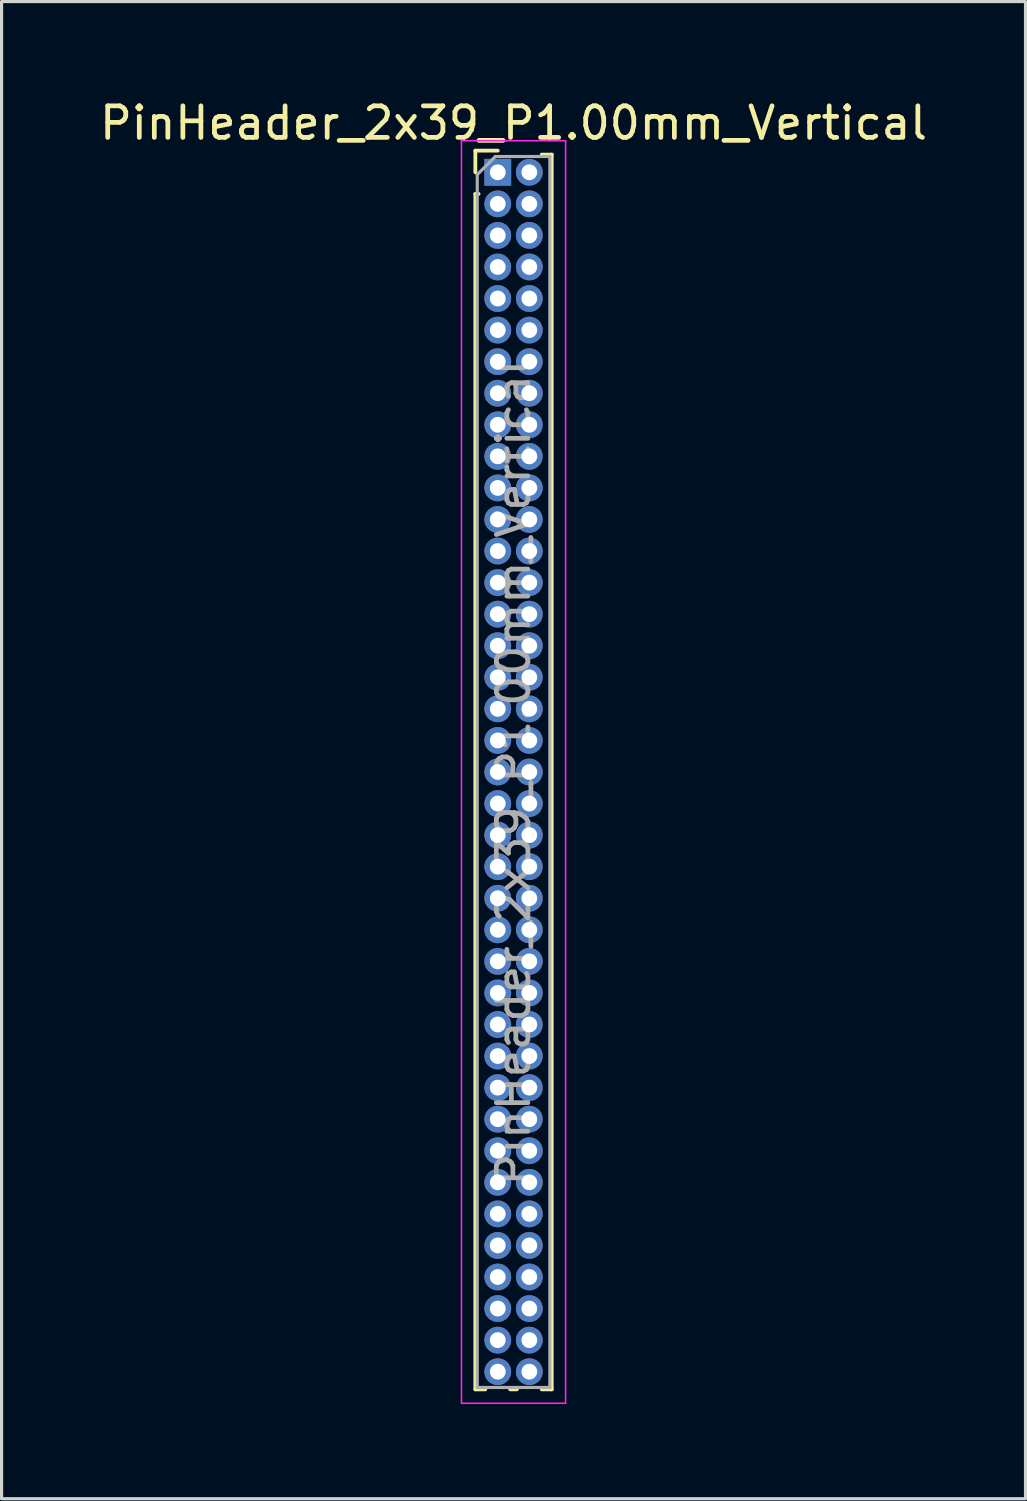
<source format=kicad_pcb>
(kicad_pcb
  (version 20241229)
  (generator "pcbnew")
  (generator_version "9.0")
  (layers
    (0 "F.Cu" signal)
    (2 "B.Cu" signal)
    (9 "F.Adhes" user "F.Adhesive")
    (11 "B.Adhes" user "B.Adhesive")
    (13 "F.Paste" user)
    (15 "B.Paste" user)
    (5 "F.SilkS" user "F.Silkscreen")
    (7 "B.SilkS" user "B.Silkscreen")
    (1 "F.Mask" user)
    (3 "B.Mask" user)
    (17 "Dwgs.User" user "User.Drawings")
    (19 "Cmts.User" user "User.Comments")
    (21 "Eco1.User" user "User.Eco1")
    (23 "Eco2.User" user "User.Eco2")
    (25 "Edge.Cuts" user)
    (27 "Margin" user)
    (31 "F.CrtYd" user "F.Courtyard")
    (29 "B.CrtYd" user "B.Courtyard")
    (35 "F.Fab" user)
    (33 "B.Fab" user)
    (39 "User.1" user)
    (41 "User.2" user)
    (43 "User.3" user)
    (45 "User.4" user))
  (footprint "PinHeader_2x39_P1.00mm_Vertical"
    (layer "F.Cu")
    (at 12.72 2.408)
    (property "Reference" "PinHeader_2x39_P1.00mm_Vertical" (at 0.5 -1.56 0) (layer "F.SilkS") (effects (font (size 1 1) (thickness 0.15))))
    (attr through_hole)
    (fp_line (start -0.71 -0.685) (end 0 -0.685) (stroke (width 0.12) (type solid)) (layer "F.SilkS"))
    (fp_line (start -0.71 0) (end -0.71 -0.685) (stroke (width 0.12) (type solid)) (layer "F.SilkS"))
    (fp_line (start -0.71 0.685) (end -0.71 38.56) (stroke (width 0.12) (type solid)) (layer "F.SilkS"))
    (fp_line (start -0.71 0.685) (end -0.608 0.685) (stroke (width 0.12) (type solid)) (layer "F.SilkS"))
    (fp_line (start -0.71 38.56) (end -0.394 38.56) (stroke (width 0.12) (type solid)) (layer "F.SilkS"))
    (fp_line (start 0.394 38.56) (end 0.606 38.56) (stroke (width 0.12) (type solid)) (layer "F.SilkS"))
    (fp_line (start 1.394 -0.56) (end 1.71 -0.56) (stroke (width 0.12) (type solid)) (layer "F.SilkS"))
    (fp_line (start 1.394 38.56) (end 1.71 38.56) (stroke (width 0.12) (type solid)) (layer "F.SilkS"))
    (fp_line (start 1.71 -0.56) (end 1.71 38.56) (stroke (width 0.12) (type solid)) (layer "F.SilkS"))
    (fp_line (start -1.15 -1) (end -1.15 39) (stroke (width 0.05) (type solid)) (layer "F.CrtYd"))
    (fp_line (start -1.15 39) (end 2.15 39) (stroke (width 0.05) (type solid)) (layer "F.CrtYd"))
    (fp_line (start 2.15 -1) (end -1.15 -1) (stroke (width 0.05) (type solid)) (layer "F.CrtYd"))
    (fp_line (start 2.15 39) (end 2.15 -1) (stroke (width 0.05) (type solid)) (layer "F.CrtYd"))
    (fp_line (start -0.65 0.075) (end -0.075 -0.5) (stroke (width 0.1) (type solid)) (layer "F.Fab"))
    (fp_line (start -0.65 38.5) (end -0.65 0.075) (stroke (width 0.1) (type solid)) (layer "F.Fab"))
    (fp_line (start -0.075 -0.5) (end 1.65 -0.5) (stroke (width 0.1) (type solid)) (layer "F.Fab"))
    (fp_line (start 1.65 -0.5) (end 1.65 38.5) (stroke (width 0.1) (type solid)) (layer "F.Fab"))
    (fp_line (start 1.65 38.5) (end -0.65 38.5) (stroke (width 0.1) (type solid)) (layer "F.Fab"))
    (fp_text user "${REFERENCE}" (at 0.5 19 90) (layer "F.Fab") (effects (font (size 1 1) (thickness 0.15))))
    (pad "1" thru_hole rect (at 0 0) (size 0.85 0.85) (drill 0.5) (layers "*.Cu" "*.Mask"))
    (pad "2" thru_hole oval (at 1 0) (size 0.85 0.85) (drill 0.5) (layers "*.Cu" "*.Mask"))
    (pad "3" thru_hole oval (at 0 1) (size 0.85 0.85) (drill 0.5) (layers "*.Cu" "*.Mask"))
    (pad "4" thru_hole oval (at 1 1) (size 0.85 0.85) (drill 0.5) (layers "*.Cu" "*.Mask"))
    (pad "5" thru_hole oval (at 0 2) (size 0.85 0.85) (drill 0.5) (layers "*.Cu" "*.Mask"))
    (pad "6" thru_hole oval (at 1 2) (size 0.85 0.85) (drill 0.5) (layers "*.Cu" "*.Mask"))
    (pad "7" thru_hole oval (at 0 3) (size 0.85 0.85) (drill 0.5) (layers "*.Cu" "*.Mask"))
    (pad "8" thru_hole oval (at 1 3) (size 0.85 0.85) (drill 0.5) (layers "*.Cu" "*.Mask"))
    (pad "9" thru_hole oval (at 0 4) (size 0.85 0.85) (drill 0.5) (layers "*.Cu" "*.Mask"))
    (pad "10" thru_hole oval (at 1 4) (size 0.85 0.85) (drill 0.5) (layers "*.Cu" "*.Mask"))
    (pad "11" thru_hole oval (at 0 5) (size 0.85 0.85) (drill 0.5) (layers "*.Cu" "*.Mask"))
    (pad "12" thru_hole oval (at 1 5) (size 0.85 0.85) (drill 0.5) (layers "*.Cu" "*.Mask"))
    (pad "13" thru_hole oval (at 0 6) (size 0.85 0.85) (drill 0.5) (layers "*.Cu" "*.Mask"))
    (pad "14" thru_hole oval (at 1 6) (size 0.85 0.85) (drill 0.5) (layers "*.Cu" "*.Mask"))
    (pad "15" thru_hole oval (at 0 7) (size 0.85 0.85) (drill 0.5) (layers "*.Cu" "*.Mask"))
    (pad "16" thru_hole oval (at 1 7) (size 0.85 0.85) (drill 0.5) (layers "*.Cu" "*.Mask"))
    (pad "17" thru_hole oval (at 0 8) (size 0.85 0.85) (drill 0.5) (layers "*.Cu" "*.Mask"))
    (pad "18" thru_hole oval (at 1 8) (size 0.85 0.85) (drill 0.5) (layers "*.Cu" "*.Mask"))
    (pad "19" thru_hole oval (at 0 9) (size 0.85 0.85) (drill 0.5) (layers "*.Cu" "*.Mask"))
    (pad "20" thru_hole oval (at 1 9) (size 0.85 0.85) (drill 0.5) (layers "*.Cu" "*.Mask"))
    (pad "21" thru_hole oval (at 0 10) (size 0.85 0.85) (drill 0.5) (layers "*.Cu" "*.Mask"))
    (pad "22" thru_hole oval (at 1 10) (size 0.85 0.85) (drill 0.5) (layers "*.Cu" "*.Mask"))
    (pad "23" thru_hole oval (at 0 11) (size 0.85 0.85) (drill 0.5) (layers "*.Cu" "*.Mask"))
    (pad "24" thru_hole oval (at 1 11) (size 0.85 0.85) (drill 0.5) (layers "*.Cu" "*.Mask"))
    (pad "25" thru_hole oval (at 0 12) (size 0.85 0.85) (drill 0.5) (layers "*.Cu" "*.Mask"))
    (pad "26" thru_hole oval (at 1 12) (size 0.85 0.85) (drill 0.5) (layers "*.Cu" "*.Mask"))
    (pad "27" thru_hole oval (at 0 13) (size 0.85 0.85) (drill 0.5) (layers "*.Cu" "*.Mask"))
    (pad "28" thru_hole oval (at 1 13) (size 0.85 0.85) (drill 0.5) (layers "*.Cu" "*.Mask"))
    (pad "29" thru_hole oval (at 0 14) (size 0.85 0.85) (drill 0.5) (layers "*.Cu" "*.Mask"))
    (pad "30" thru_hole oval (at 1 14) (size 0.85 0.85) (drill 0.5) (layers "*.Cu" "*.Mask"))
    (pad "31" thru_hole oval (at 0 15) (size 0.85 0.85) (drill 0.5) (layers "*.Cu" "*.Mask"))
    (pad "32" thru_hole oval (at 1 15) (size 0.85 0.85) (drill 0.5) (layers "*.Cu" "*.Mask"))
    (pad "33" thru_hole oval (at 0 16) (size 0.85 0.85) (drill 0.5) (layers "*.Cu" "*.Mask"))
    (pad "34" thru_hole oval (at 1 16) (size 0.85 0.85) (drill 0.5) (layers "*.Cu" "*.Mask"))
    (pad "35" thru_hole oval (at 0 17) (size 0.85 0.85) (drill 0.5) (layers "*.Cu" "*.Mask"))
    (pad "36" thru_hole oval (at 1 17) (size 0.85 0.85) (drill 0.5) (layers "*.Cu" "*.Mask"))
    (pad "37" thru_hole oval (at 0 18) (size 0.85 0.85) (drill 0.5) (layers "*.Cu" "*.Mask"))
    (pad "38" thru_hole oval (at 1 18) (size 0.85 0.85) (drill 0.5) (layers "*.Cu" "*.Mask"))
    (pad "39" thru_hole oval (at 0 19) (size 0.85 0.85) (drill 0.5) (layers "*.Cu" "*.Mask"))
    (pad "40" thru_hole oval (at 1 19) (size 0.85 0.85) (drill 0.5) (layers "*.Cu" "*.Mask"))
    (pad "41" thru_hole oval (at 0 20) (size 0.85 0.85) (drill 0.5) (layers "*.Cu" "*.Mask"))
    (pad "42" thru_hole oval (at 1 20) (size 0.85 0.85) (drill 0.5) (layers "*.Cu" "*.Mask"))
    (pad "43" thru_hole oval (at 0 21) (size 0.85 0.85) (drill 0.5) (layers "*.Cu" "*.Mask"))
    (pad "44" thru_hole oval (at 1 21) (size 0.85 0.85) (drill 0.5) (layers "*.Cu" "*.Mask"))
    (pad "45" thru_hole oval (at 0 22) (size 0.85 0.85) (drill 0.5) (layers "*.Cu" "*.Mask"))
    (pad "46" thru_hole oval (at 1 22) (size 0.85 0.85) (drill 0.5) (layers "*.Cu" "*.Mask"))
    (pad "47" thru_hole oval (at 0 23) (size 0.85 0.85) (drill 0.5) (layers "*.Cu" "*.Mask"))
    (pad "48" thru_hole oval (at 1 23) (size 0.85 0.85) (drill 0.5) (layers "*.Cu" "*.Mask"))
    (pad "49" thru_hole oval (at 0 24) (size 0.85 0.85) (drill 0.5) (layers "*.Cu" "*.Mask"))
    (pad "50" thru_hole oval (at 1 24) (size 0.85 0.85) (drill 0.5) (layers "*.Cu" "*.Mask"))
    (pad "51" thru_hole oval (at 0 25) (size 0.85 0.85) (drill 0.5) (layers "*.Cu" "*.Mask"))
    (pad "52" thru_hole oval (at 1 25) (size 0.85 0.85) (drill 0.5) (layers "*.Cu" "*.Mask"))
    (pad "53" thru_hole oval (at 0 26) (size 0.85 0.85) (drill 0.5) (layers "*.Cu" "*.Mask"))
    (pad "54" thru_hole oval (at 1 26) (size 0.85 0.85) (drill 0.5) (layers "*.Cu" "*.Mask"))
    (pad "55" thru_hole oval (at 0 27) (size 0.85 0.85) (drill 0.5) (layers "*.Cu" "*.Mask"))
    (pad "56" thru_hole oval (at 1 27) (size 0.85 0.85) (drill 0.5) (layers "*.Cu" "*.Mask"))
    (pad "57" thru_hole oval (at 0 28) (size 0.85 0.85) (drill 0.5) (layers "*.Cu" "*.Mask"))
    (pad "58" thru_hole oval (at 1 28) (size 0.85 0.85) (drill 0.5) (layers "*.Cu" "*.Mask"))
    (pad "59" thru_hole oval (at 0 29) (size 0.85 0.85) (drill 0.5) (layers "*.Cu" "*.Mask"))
    (pad "60" thru_hole oval (at 1 29) (size 0.85 0.85) (drill 0.5) (layers "*.Cu" "*.Mask"))
    (pad "61" thru_hole oval (at 0 30) (size 0.85 0.85) (drill 0.5) (layers "*.Cu" "*.Mask"))
    (pad "62" thru_hole oval (at 1 30) (size 0.85 0.85) (drill 0.5) (layers "*.Cu" "*.Mask"))
    (pad "63" thru_hole oval (at 0 31) (size 0.85 0.85) (drill 0.5) (layers "*.Cu" "*.Mask"))
    (pad "64" thru_hole oval (at 1 31) (size 0.85 0.85) (drill 0.5) (layers "*.Cu" "*.Mask"))
    (pad "65" thru_hole oval (at 0 32) (size 0.85 0.85) (drill 0.5) (layers "*.Cu" "*.Mask"))
    (pad "66" thru_hole oval (at 1 32) (size 0.85 0.85) (drill 0.5) (layers "*.Cu" "*.Mask"))
    (pad "67" thru_hole oval (at 0 33) (size 0.85 0.85) (drill 0.5) (layers "*.Cu" "*.Mask"))
    (pad "68" thru_hole oval (at 1 33) (size 0.85 0.85) (drill 0.5) (layers "*.Cu" "*.Mask"))
    (pad "69" thru_hole oval (at 0 34) (size 0.85 0.85) (drill 0.5) (layers "*.Cu" "*.Mask"))
    (pad "70" thru_hole oval (at 1 34) (size 0.85 0.85) (drill 0.5) (layers "*.Cu" "*.Mask"))
    (pad "71" thru_hole oval (at 0 35) (size 0.85 0.85) (drill 0.5) (layers "*.Cu" "*.Mask"))
    (pad "72" thru_hole oval (at 1 35) (size 0.85 0.85) (drill 0.5) (layers "*.Cu" "*.Mask"))
    (pad "73" thru_hole oval (at 0 36) (size 0.85 0.85) (drill 0.5) (layers "*.Cu" "*.Mask"))
    (pad "74" thru_hole oval (at 1 36) (size 0.85 0.85) (drill 0.5) (layers "*.Cu" "*.Mask"))
    (pad "75" thru_hole oval (at 0 37) (size 0.85 0.85) (drill 0.5) (layers "*.Cu" "*.Mask"))
    (pad "76" thru_hole oval (at 1 37) (size 0.85 0.85) (drill 0.5) (layers "*.Cu" "*.Mask"))
    (pad "77" thru_hole oval (at 0 38) (size 0.85 0.85) (drill 0.5) (layers "*.Cu" "*.Mask"))
    (pad "78" thru_hole oval (at 1 38) (size 0.85 0.85) (drill 0.5) (layers "*.Cu" "*.Mask")))
  (gr_rect
    (start -3 -3)
    (end 29.44 44.433)
    (stroke (width 0.1) (type default))
    (fill no)
    (layer "Edge.Cuts")))
</source>
